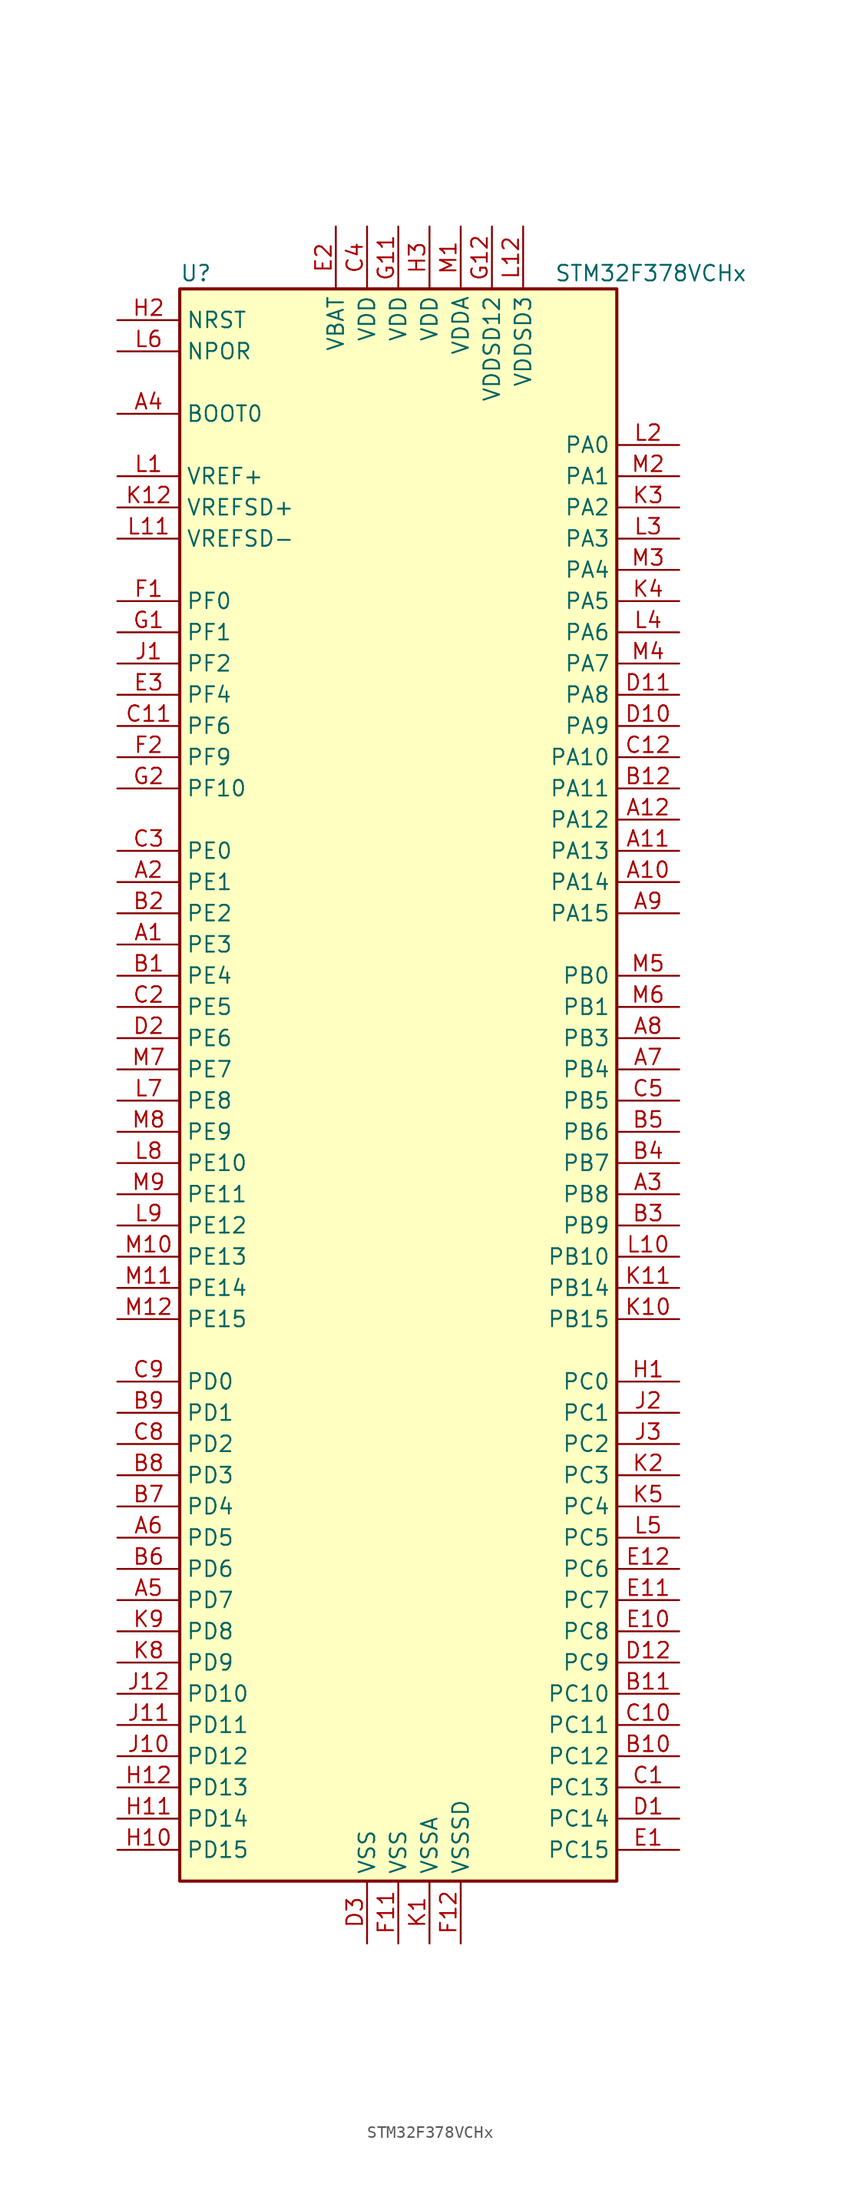
<source format=kicad_sym>
(kicad_symbol_lib
  (version 20201005)
  (generator kicad_symbol_editor)
  (symbol "STM32F378VCHx"
    (property "Reference" "U"
      (at -17.78 64.77 0)
      (effects (font (size 1.27 1.27)) (justify left)))
    (property "Value" "STM32F378VCHx"
      (at 12.7 64.77 0)
      (effects (font (size 1.27 1.27)) (justify left)))
    (symbol "STM32F378VCHx_0_1"
      (rectangle (start -17.78 -66.04) (end 17.78 63.5) (stroke (width 0.254)) (fill (type background))))
    (symbol "STM32F378VCHx_1_1"
      (pin bidirectional line (at -22.86 10.16 0) (length 5.08) (name "PE3" (effects (font (size 1.27 1.27)))) (number "A1" (effects (font (size 1.27 1.27)))))
      (pin bidirectional line (at 22.86 15.24 180) (length 5.08) (name "PA14" (effects (font (size 1.27 1.27)))) (number "A10" (effects (font (size 1.27 1.27)))))
      (pin bidirectional line (at 22.86 17.78 180) (length 5.08) (name "PA13" (effects (font (size 1.27 1.27)))) (number "A11" (effects (font (size 1.27 1.27)))))
      (pin bidirectional line (at 22.86 20.32 180) (length 5.08) (name "PA12" (effects (font (size 1.27 1.27)))) (number "A12" (effects (font (size 1.27 1.27)))))
      (pin bidirectional line (at -22.86 15.24 0) (length 5.08) (name "PE1" (effects (font (size 1.27 1.27)))) (number "A2" (effects (font (size 1.27 1.27)))))
      (pin bidirectional line (at 22.86 -10.16 180) (length 5.08) (name "PB8" (effects (font (size 1.27 1.27)))) (number "A3" (effects (font (size 1.27 1.27)))))
      (pin input line (at -22.86 53.34 0) (length 5.08) (name "BOOT0" (effects (font (size 1.27 1.27)))) (number "A4" (effects (font (size 1.27 1.27)))))
      (pin bidirectional line (at -22.86 -43.18 0) (length 5.08) (name "PD7" (effects (font (size 1.27 1.27)))) (number "A5" (effects (font (size 1.27 1.27)))))
      (pin bidirectional line (at -22.86 -38.1 0) (length 5.08) (name "PD5" (effects (font (size 1.27 1.27)))) (number "A6" (effects (font (size 1.27 1.27)))))
      (pin bidirectional line (at 22.86 0 180) (length 5.08) (name "PB4" (effects (font (size 1.27 1.27)))) (number "A7" (effects (font (size 1.27 1.27)))))
      (pin bidirectional line (at 22.86 2.54 180) (length 5.08) (name "PB3" (effects (font (size 1.27 1.27)))) (number "A8" (effects (font (size 1.27 1.27)))))
      (pin bidirectional line (at 22.86 12.7 180) (length 5.08) (name "PA15" (effects (font (size 1.27 1.27)))) (number "A9" (effects (font (size 1.27 1.27)))))
      (pin bidirectional line (at -22.86 7.62 0) (length 5.08) (name "PE4" (effects (font (size 1.27 1.27)))) (number "B1" (effects (font (size 1.27 1.27)))))
      (pin bidirectional line (at 22.86 -55.88 180) (length 5.08) (name "PC12" (effects (font (size 1.27 1.27)))) (number "B10" (effects (font (size 1.27 1.27)))))
      (pin bidirectional line (at 22.86 -50.8 180) (length 5.08) (name "PC10" (effects (font (size 1.27 1.27)))) (number "B11" (effects (font (size 1.27 1.27)))))
      (pin bidirectional line (at 22.86 22.86 180) (length 5.08) (name "PA11" (effects (font (size 1.27 1.27)))) (number "B12" (effects (font (size 1.27 1.27)))))
      (pin bidirectional line (at -22.86 12.7 0) (length 5.08) (name "PE2" (effects (font (size 1.27 1.27)))) (number "B2" (effects (font (size 1.27 1.27)))))
      (pin bidirectional line (at 22.86 -12.7 180) (length 5.08) (name "PB9" (effects (font (size 1.27 1.27)))) (number "B3" (effects (font (size 1.27 1.27)))))
      (pin bidirectional line (at 22.86 -7.62 180) (length 5.08) (name "PB7" (effects (font (size 1.27 1.27)))) (number "B4" (effects (font (size 1.27 1.27)))))
      (pin bidirectional line (at 22.86 -5.08 180) (length 5.08) (name "PB6" (effects (font (size 1.27 1.27)))) (number "B5" (effects (font (size 1.27 1.27)))))
      (pin bidirectional line (at -22.86 -40.64 0) (length 5.08) (name "PD6" (effects (font (size 1.27 1.27)))) (number "B6" (effects (font (size 1.27 1.27)))))
      (pin bidirectional line (at -22.86 -35.56 0) (length 5.08) (name "PD4" (effects (font (size 1.27 1.27)))) (number "B7" (effects (font (size 1.27 1.27)))))
      (pin bidirectional line (at -22.86 -33.02 0) (length 5.08) (name "PD3" (effects (font (size 1.27 1.27)))) (number "B8" (effects (font (size 1.27 1.27)))))
      (pin bidirectional line (at -22.86 -27.94 0) (length 5.08) (name "PD1" (effects (font (size 1.27 1.27)))) (number "B9" (effects (font (size 1.27 1.27)))))
      (pin bidirectional line (at 22.86 -58.42 180) (length 5.08) (name "PC13" (effects (font (size 1.27 1.27)))) (number "C1" (effects (font (size 1.27 1.27)))))
      (pin bidirectional line (at 22.86 -53.34 180) (length 5.08) (name "PC11" (effects (font (size 1.27 1.27)))) (number "C10" (effects (font (size 1.27 1.27)))))
      (pin bidirectional line (at -22.86 27.94 0) (length 5.08) (name "PF6" (effects (font (size 1.27 1.27)))) (number "C11" (effects (font (size 1.27 1.27)))))
      (pin bidirectional line (at 22.86 25.4 180) (length 5.08) (name "PA10" (effects (font (size 1.27 1.27)))) (number "C12" (effects (font (size 1.27 1.27)))))
      (pin bidirectional line (at -22.86 5.08 0) (length 5.08) (name "PE5" (effects (font (size 1.27 1.27)))) (number "C2" (effects (font (size 1.27 1.27)))))
      (pin bidirectional line (at -22.86 17.78 0) (length 5.08) (name "PE0" (effects (font (size 1.27 1.27)))) (number "C3" (effects (font (size 1.27 1.27)))))
      (pin power_in line (at -2.54 68.58 270) (length 5.08) (name "VDD" (effects (font (size 1.27 1.27)))) (number "C4" (effects (font (size 1.27 1.27)))))
      (pin bidirectional line (at 22.86 -2.54 180) (length 5.08) (name "PB5" (effects (font (size 1.27 1.27)))) (number "C5" (effects (font (size 1.27 1.27)))))
      (pin bidirectional line (at -22.86 -30.48 0) (length 5.08) (name "PD2" (effects (font (size 1.27 1.27)))) (number "C8" (effects (font (size 1.27 1.27)))))
      (pin bidirectional line (at -22.86 -25.4 0) (length 5.08) (name "PD0" (effects (font (size 1.27 1.27)))) (number "C9" (effects (font (size 1.27 1.27)))))
      (pin bidirectional line (at 22.86 -60.96 180) (length 5.08) (name "PC14" (effects (font (size 1.27 1.27)))) (number "D1" (effects (font (size 1.27 1.27)))))
      (pin bidirectional line (at 22.86 27.94 180) (length 5.08) (name "PA9" (effects (font (size 1.27 1.27)))) (number "D10" (effects (font (size 1.27 1.27)))))
      (pin bidirectional line (at 22.86 30.48 180) (length 5.08) (name "PA8" (effects (font (size 1.27 1.27)))) (number "D11" (effects (font (size 1.27 1.27)))))
      (pin bidirectional line (at 22.86 -48.26 180) (length 5.08) (name "PC9" (effects (font (size 1.27 1.27)))) (number "D12" (effects (font (size 1.27 1.27)))))
      (pin bidirectional line (at -22.86 2.54 0) (length 5.08) (name "PE6" (effects (font (size 1.27 1.27)))) (number "D2" (effects (font (size 1.27 1.27)))))
      (pin power_in line (at -2.54 -71.12 90) (length 5.08) (name "VSS" (effects (font (size 1.27 1.27)))) (number "D3" (effects (font (size 1.27 1.27)))))
      (pin bidirectional line (at 22.86 -63.5 180) (length 5.08) (name "PC15" (effects (font (size 1.27 1.27)))) (number "E1" (effects (font (size 1.27 1.27)))))
      (pin bidirectional line (at 22.86 -45.72 180) (length 5.08) (name "PC8" (effects (font (size 1.27 1.27)))) (number "E10" (effects (font (size 1.27 1.27)))))
      (pin bidirectional line (at 22.86 -43.18 180) (length 5.08) (name "PC7" (effects (font (size 1.27 1.27)))) (number "E11" (effects (font (size 1.27 1.27)))))
      (pin bidirectional line (at 22.86 -40.64 180) (length 5.08) (name "PC6" (effects (font (size 1.27 1.27)))) (number "E12" (effects (font (size 1.27 1.27)))))
      (pin power_in line (at -5.08 68.58 270) (length 5.08) (name "VBAT" (effects (font (size 1.27 1.27)))) (number "E2" (effects (font (size 1.27 1.27)))))
      (pin bidirectional line (at -22.86 30.48 0) (length 5.08) (name "PF4" (effects (font (size 1.27 1.27)))) (number "E3" (effects (font (size 1.27 1.27)))))
      (pin input line (at -22.86 38.1 0) (length 5.08) (name "PF0" (effects (font (size 1.27 1.27)))) (number "F1" (effects (font (size 1.27 1.27)))))
      (pin power_in line (at 0 -71.12 90) (length 5.08) (name "VSS" (effects (font (size 1.27 1.27)))) (number "F11" (effects (font (size 1.27 1.27)))))
      (pin power_in line (at 5.08 -71.12 90) (length 5.08) (name "VSSSD" (effects (font (size 1.27 1.27)))) (number "F12" (effects (font (size 1.27 1.27)))))
      (pin bidirectional line (at -22.86 25.4 0) (length 5.08) (name "PF9" (effects (font (size 1.27 1.27)))) (number "F2" (effects (font (size 1.27 1.27)))))
      (pin input line (at -22.86 35.56 0) (length 5.08) (name "PF1" (effects (font (size 1.27 1.27)))) (number "G1" (effects (font (size 1.27 1.27)))))
      (pin power_in line (at 0 68.58 270) (length 5.08) (name "VDD" (effects (font (size 1.27 1.27)))) (number "G11" (effects (font (size 1.27 1.27)))))
      (pin power_in line (at 7.62 68.58 270) (length 5.08) (name "VDDSD12" (effects (font (size 1.27 1.27)))) (number "G12" (effects (font (size 1.27 1.27)))))
      (pin bidirectional line (at -22.86 22.86 0) (length 5.08) (name "PF10" (effects (font (size 1.27 1.27)))) (number "G2" (effects (font (size 1.27 1.27)))))
      (pin bidirectional line (at 22.86 -25.4 180) (length 5.08) (name "PC0" (effects (font (size 1.27 1.27)))) (number "H1" (effects (font (size 1.27 1.27)))))
      (pin bidirectional line (at -22.86 -63.5 0) (length 5.08) (name "PD15" (effects (font (size 1.27 1.27)))) (number "H10" (effects (font (size 1.27 1.27)))))
      (pin bidirectional line (at -22.86 -60.96 0) (length 5.08) (name "PD14" (effects (font (size 1.27 1.27)))) (number "H11" (effects (font (size 1.27 1.27)))))
      (pin bidirectional line (at -22.86 -58.42 0) (length 5.08) (name "PD13" (effects (font (size 1.27 1.27)))) (number "H12" (effects (font (size 1.27 1.27)))))
      (pin input line (at -22.86 60.96 0) (length 5.08) (name "NRST" (effects (font (size 1.27 1.27)))) (number "H2" (effects (font (size 1.27 1.27)))))
      (pin power_in line (at 2.54 68.58 270) (length 5.08) (name "VDD" (effects (font (size 1.27 1.27)))) (number "H3" (effects (font (size 1.27 1.27)))))
      (pin bidirectional line (at -22.86 33.02 0) (length 5.08) (name "PF2" (effects (font (size 1.27 1.27)))) (number "J1" (effects (font (size 1.27 1.27)))))
      (pin bidirectional line (at -22.86 -55.88 0) (length 5.08) (name "PD12" (effects (font (size 1.27 1.27)))) (number "J10" (effects (font (size 1.27 1.27)))))
      (pin bidirectional line (at -22.86 -53.34 0) (length 5.08) (name "PD11" (effects (font (size 1.27 1.27)))) (number "J11" (effects (font (size 1.27 1.27)))))
      (pin bidirectional line (at -22.86 -50.8 0) (length 5.08) (name "PD10" (effects (font (size 1.27 1.27)))) (number "J12" (effects (font (size 1.27 1.27)))))
      (pin bidirectional line (at 22.86 -27.94 180) (length 5.08) (name "PC1" (effects (font (size 1.27 1.27)))) (number "J2" (effects (font (size 1.27 1.27)))))
      (pin bidirectional line (at 22.86 -30.48 180) (length 5.08) (name "PC2" (effects (font (size 1.27 1.27)))) (number "J3" (effects (font (size 1.27 1.27)))))
      (pin power_in line (at 2.54 -71.12 90) (length 5.08) (name "VSSA" (effects (font (size 1.27 1.27)))) (number "K1" (effects (font (size 1.27 1.27)))))
      (pin bidirectional line (at 22.86 -20.32 180) (length 5.08) (name "PB15" (effects (font (size 1.27 1.27)))) (number "K10" (effects (font (size 1.27 1.27)))))
      (pin bidirectional line (at 22.86 -17.78 180) (length 5.08) (name "PB14" (effects (font (size 1.27 1.27)))) (number "K11" (effects (font (size 1.27 1.27)))))
      (pin power_in line (at -22.86 45.72 0) (length 5.08) (name "VREFSD+" (effects (font (size 1.27 1.27)))) (number "K12" (effects (font (size 1.27 1.27)))))
      (pin bidirectional line (at 22.86 -33.02 180) (length 5.08) (name "PC3" (effects (font (size 1.27 1.27)))) (number "K2" (effects (font (size 1.27 1.27)))))
      (pin bidirectional line (at 22.86 45.72 180) (length 5.08) (name "PA2" (effects (font (size 1.27 1.27)))) (number "K3" (effects (font (size 1.27 1.27)))))
      (pin bidirectional line (at 22.86 38.1 180) (length 5.08) (name "PA5" (effects (font (size 1.27 1.27)))) (number "K4" (effects (font (size 1.27 1.27)))))
      (pin bidirectional line (at 22.86 -35.56 180) (length 5.08) (name "PC4" (effects (font (size 1.27 1.27)))) (number "K5" (effects (font (size 1.27 1.27)))))
      (pin bidirectional line (at -22.86 -48.26 0) (length 5.08) (name "PD9" (effects (font (size 1.27 1.27)))) (number "K8" (effects (font (size 1.27 1.27)))))
      (pin bidirectional line (at -22.86 -45.72 0) (length 5.08) (name "PD8" (effects (font (size 1.27 1.27)))) (number "K9" (effects (font (size 1.27 1.27)))))
      (pin power_in line (at -22.86 48.26 0) (length 5.08) (name "VREF+" (effects (font (size 1.27 1.27)))) (number "L1" (effects (font (size 1.27 1.27)))))
      (pin bidirectional line (at 22.86 -15.24 180) (length 5.08) (name "PB10" (effects (font (size 1.27 1.27)))) (number "L10" (effects (font (size 1.27 1.27)))))
      (pin power_in line (at -22.86 43.18 0) (length 5.08) (name "VREFSD-" (effects (font (size 1.27 1.27)))) (number "L11" (effects (font (size 1.27 1.27)))))
      (pin power_in line (at 10.16 68.58 270) (length 5.08) (name "VDDSD3" (effects (font (size 1.27 1.27)))) (number "L12" (effects (font (size 1.27 1.27)))))
      (pin bidirectional line (at 22.86 50.8 180) (length 5.08) (name "PA0" (effects (font (size 1.27 1.27)))) (number "L2" (effects (font (size 1.27 1.27)))))
      (pin bidirectional line (at 22.86 43.18 180) (length 5.08) (name "PA3" (effects (font (size 1.27 1.27)))) (number "L3" (effects (font (size 1.27 1.27)))))
      (pin bidirectional line (at 22.86 35.56 180) (length 5.08) (name "PA6" (effects (font (size 1.27 1.27)))) (number "L4" (effects (font (size 1.27 1.27)))))
      (pin bidirectional line (at 22.86 -38.1 180) (length 5.08) (name "PC5" (effects (font (size 1.27 1.27)))) (number "L5" (effects (font (size 1.27 1.27)))))
      (pin input line (at -22.86 58.42 0) (length 5.08) (name "NPOR" (effects (font (size 1.27 1.27)))) (number "L6" (effects (font (size 1.27 1.27)))))
      (pin bidirectional line (at -22.86 -2.54 0) (length 5.08) (name "PE8" (effects (font (size 1.27 1.27)))) (number "L7" (effects (font (size 1.27 1.27)))))
      (pin bidirectional line (at -22.86 -7.62 0) (length 5.08) (name "PE10" (effects (font (size 1.27 1.27)))) (number "L8" (effects (font (size 1.27 1.27)))))
      (pin bidirectional line (at -22.86 -12.7 0) (length 5.08) (name "PE12" (effects (font (size 1.27 1.27)))) (number "L9" (effects (font (size 1.27 1.27)))))
      (pin power_in line (at 5.08 68.58 270) (length 5.08) (name "VDDA" (effects (font (size 1.27 1.27)))) (number "M1" (effects (font (size 1.27 1.27)))))
      (pin bidirectional line (at -22.86 -15.24 0) (length 5.08) (name "PE13" (effects (font (size 1.27 1.27)))) (number "M10" (effects (font (size 1.27 1.27)))))
      (pin bidirectional line (at -22.86 -17.78 0) (length 5.08) (name "PE14" (effects (font (size 1.27 1.27)))) (number "M11" (effects (font (size 1.27 1.27)))))
      (pin bidirectional line (at -22.86 -20.32 0) (length 5.08) (name "PE15" (effects (font (size 1.27 1.27)))) (number "M12" (effects (font (size 1.27 1.27)))))
      (pin bidirectional line (at 22.86 48.26 180) (length 5.08) (name "PA1" (effects (font (size 1.27 1.27)))) (number "M2" (effects (font (size 1.27 1.27)))))
      (pin bidirectional line (at 22.86 40.64 180) (length 5.08) (name "PA4" (effects (font (size 1.27 1.27)))) (number "M3" (effects (font (size 1.27 1.27)))))
      (pin bidirectional line (at 22.86 33.02 180) (length 5.08) (name "PA7" (effects (font (size 1.27 1.27)))) (number "M4" (effects (font (size 1.27 1.27)))))
      (pin bidirectional line (at 22.86 7.62 180) (length 5.08) (name "PB0" (effects (font (size 1.27 1.27)))) (number "M5" (effects (font (size 1.27 1.27)))))
      (pin bidirectional line (at 22.86 5.08 180) (length 5.08) (name "PB1" (effects (font (size 1.27 1.27)))) (number "M6" (effects (font (size 1.27 1.27)))))
      (pin bidirectional line (at -22.86 0 0) (length 5.08) (name "PE7" (effects (font (size 1.27 1.27)))) (number "M7" (effects (font (size 1.27 1.27)))))
      (pin bidirectional line (at -22.86 -5.08 0) (length 5.08) (name "PE9" (effects (font (size 1.27 1.27)))) (number "M8" (effects (font (size 1.27 1.27)))))
      (pin bidirectional line (at -22.86 -10.16 0) (length 5.08) (name "PE11" (effects (font (size 1.27 1.27)))) (number "M9" (effects (font (size 1.27 1.27))))))))
</source>
